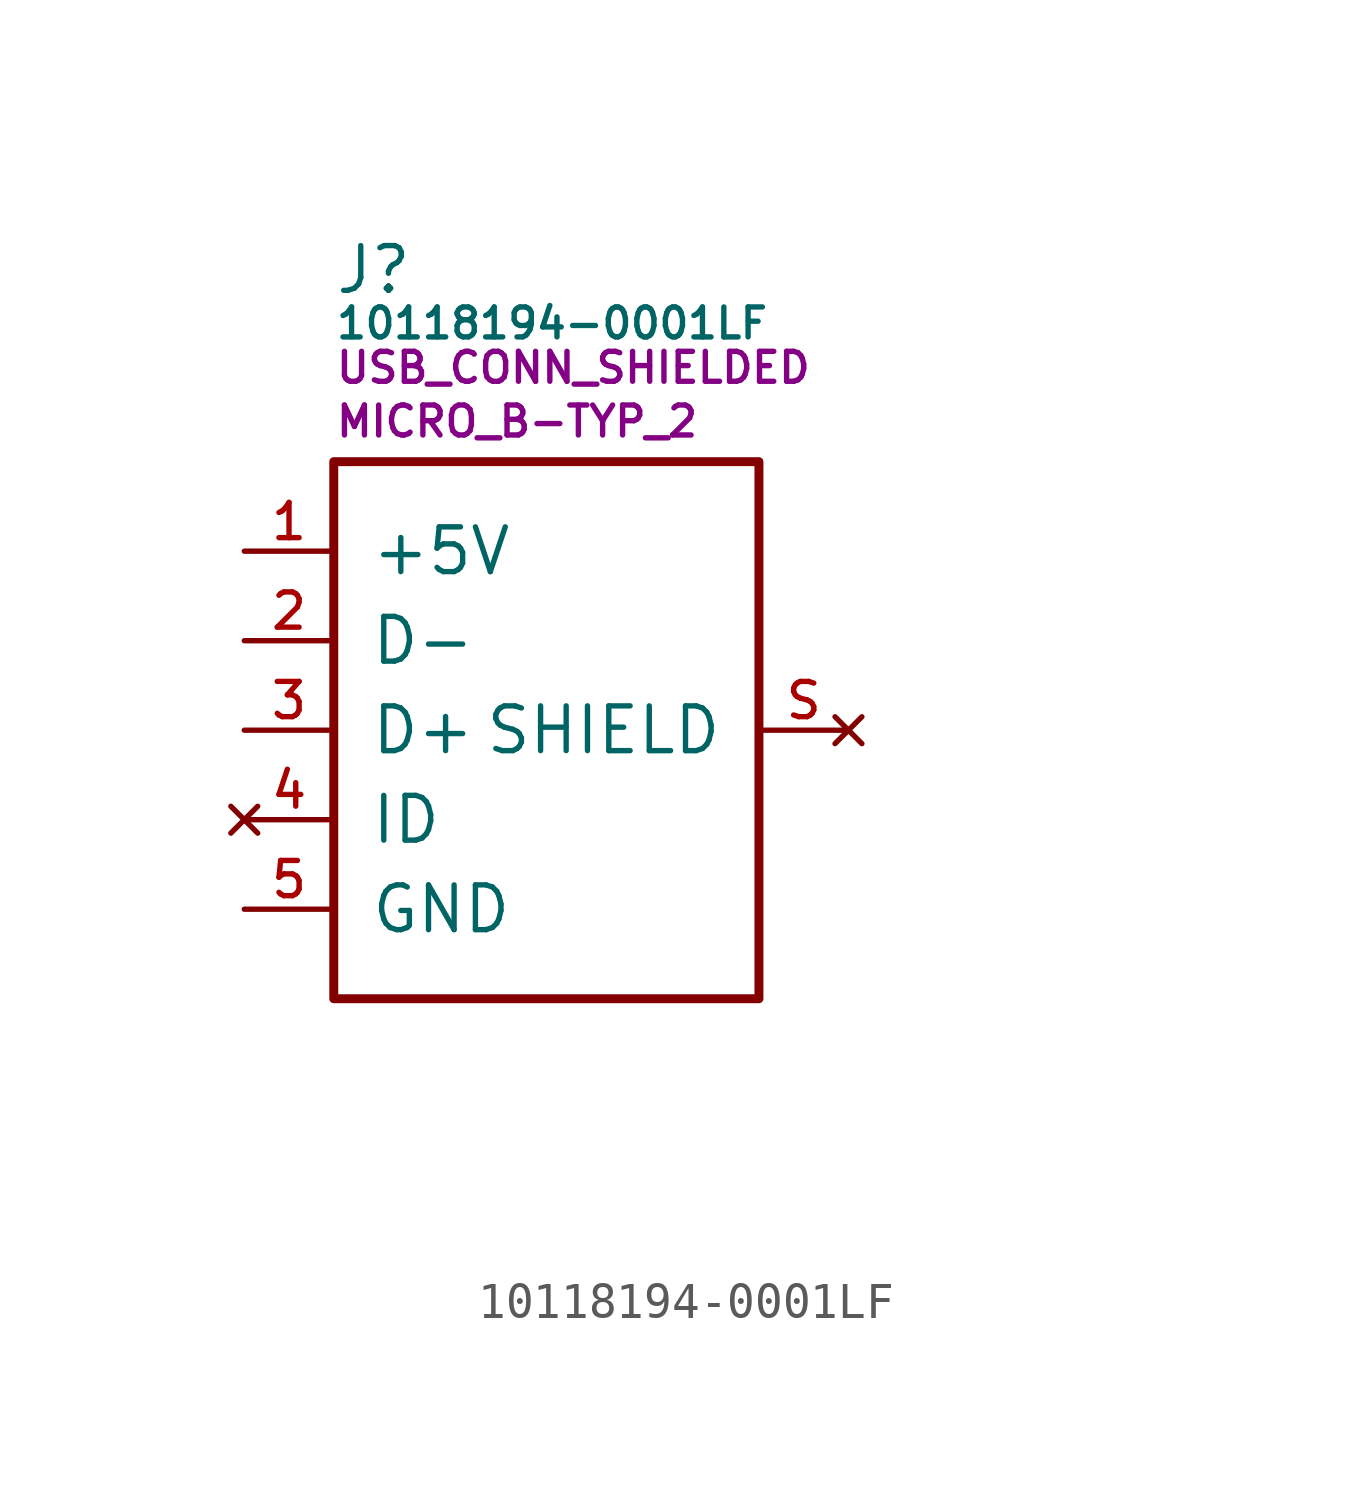
<source format=kicad_sym>
(kicad_symbol_lib
  (version 20211014)
  (generator kicad_symbol_editor)
  (symbol "10118194-0001LF"
    (pin_names
      (offset 1.016))
    (property "Reference" "J"
      (at 2.54 7.239 0)
      (effects (font (size 1.27 1.27)) (justify left bottom)))
    (property "Value" "10118194-0001LF"
      (at 2.54 5.969 0)
      (effects (font (size 0.85 0.85)) (justify left bottom)))
    (property "Connector" "USB_CONN_SHIELDED"
      (at 2.54 5.207 0)
      (effects (font (size 0.85 0.85)) (justify left)))
    (property "Type" "MICRO_B-TYP_2"
      (at 2.54 3.683 0)
      (effects (font (size 0.85 0.85)) (justify left)))
    (symbol "10118194-0001LF_0_0"
      (rectangle (start 2.54 2.54) (end 14.605 -12.7) (stroke (width 0.254) (type default) (color 0 0 0 0)) (fill (type none)))
      (pin power_out line (at 0 0 0) (length 2.54) (name "+5V" (effects (font (size 1.27 1.27)))) (number "1" (effects (font (size 1 1)))))
      (pin passive line (at 0 -2.54 0) (length 2.54) (name "D-" (effects (font (size 1.27 1.27)))) (number "2" (effects (font (size 1 1)))))
      (pin passive line (at 0 -5.08 0) (length 2.54) (name "D+" (effects (font (size 1.27 1.27)))) (number "3" (effects (font (size 1 1)))))
      (pin no_connect line (at 0 -7.62 0) (length 2.54) (name "ID" (effects (font (size 1.27 1.27)))) (number "4" (effects (font (size 1 1)))))
      (pin passive line (at 0 -10.16 0) (length 2.54) (name "GND" (effects (font (size 1.27 1.27)))) (number "5" (effects (font (size 1 1)))))
      (pin no_connect line (at 17.145 -5.08 180) (length 2.54) (name "SHIELD" (effects (font (size 1.27 1.27)))) (number "S" (effects (font (size 1 1)))))
      (pin no_connect line (at 25.4 -8.128 180) (length 2.54) hide (name "SHIELD" (effects (font (size 1.27 1.27)))) (number "S1" (effects (font (size 1 1)))))
      (pin no_connect line (at 25.451 -10.211 180) (length 2.54) hide (name "SHIELD" (effects (font (size 1.27 1.27)))) (number "S2" (effects (font (size 1 1)))))
      (pin no_connect line (at 25.4 -12.751 180) (length 2.54) hide (name "SHIELD" (effects (font (size 1.27 1.27)))) (number "S3" (effects (font (size 1 1)))))
      (pin no_connect line (at 25.4 -15.24 180) (length 2.54) hide (name "SHIELD" (effects (font (size 1.27 1.27)))) (number "S4" (effects (font (size 1 1)))))
      (pin no_connect line (at 25.349 -17.78 180) (length 2.54) hide (name "SHIELD" (effects (font (size 1.27 1.27)))) (number "S5" (effects (font (size 1 1))))))))
</source>
